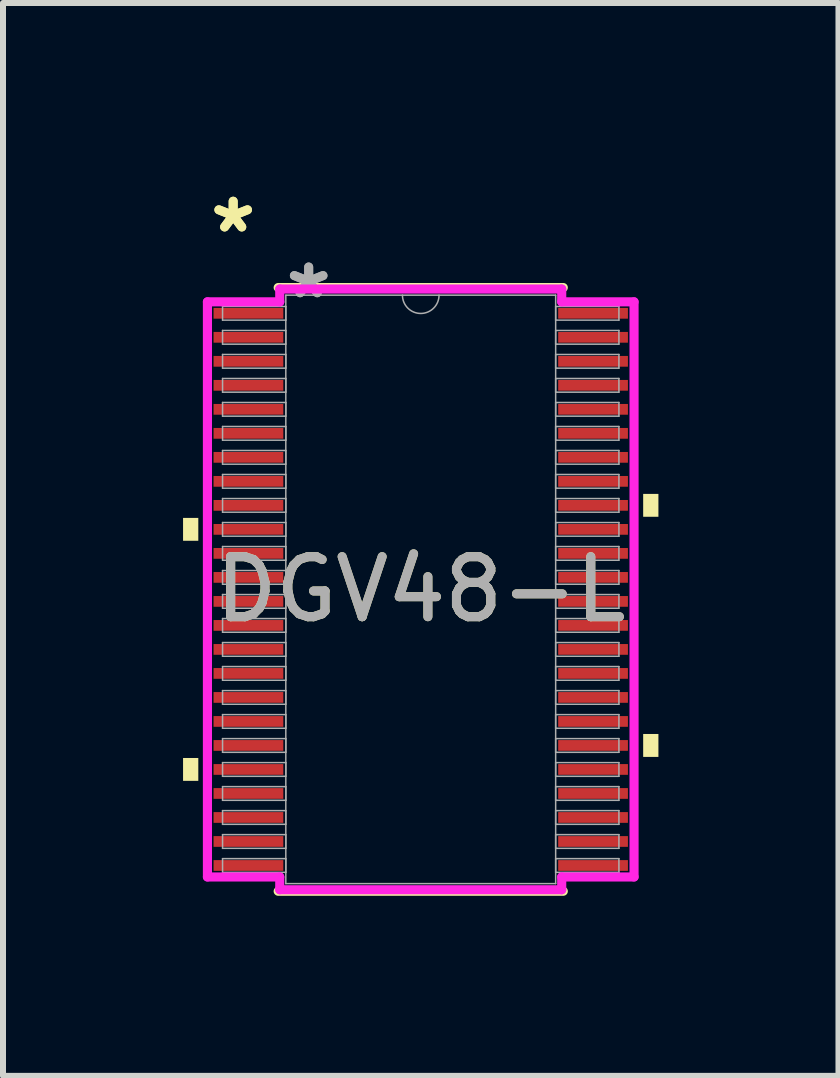
<source format=kicad_pcb>
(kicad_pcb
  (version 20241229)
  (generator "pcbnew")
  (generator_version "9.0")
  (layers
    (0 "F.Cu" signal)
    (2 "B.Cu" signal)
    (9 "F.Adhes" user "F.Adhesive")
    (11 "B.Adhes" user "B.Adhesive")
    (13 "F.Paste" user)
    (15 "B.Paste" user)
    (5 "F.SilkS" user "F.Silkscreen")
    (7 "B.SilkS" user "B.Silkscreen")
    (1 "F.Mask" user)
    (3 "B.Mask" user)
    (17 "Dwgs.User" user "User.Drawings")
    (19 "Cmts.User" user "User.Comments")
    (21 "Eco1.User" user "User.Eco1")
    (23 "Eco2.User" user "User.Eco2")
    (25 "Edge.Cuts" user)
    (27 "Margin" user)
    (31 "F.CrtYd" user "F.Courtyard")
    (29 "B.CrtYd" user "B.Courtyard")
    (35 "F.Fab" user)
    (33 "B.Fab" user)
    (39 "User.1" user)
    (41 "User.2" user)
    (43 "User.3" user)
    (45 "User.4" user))
  (footprint "DGV48-L"
    (layer "F.Cu")
    (at 3.96 6.77)
    (property "Reference" "DGV48-L" (at 0 0 0) (unlocked yes) (layer "F.SilkS") (effects (font (size 1 1) (thickness 0.15))))
    (attr smd)
    (fp_line (start -2.375 5.029) (end 2.375 5.029) (stroke (width 0.152) (type solid)) (layer "F.SilkS"))
    (fp_line (start 2.375 -5.029) (end -2.375 -5.029) (stroke (width 0.152) (type solid)) (layer "F.SilkS"))
    (fp_poly (pts (xy -3.96 -1.191) (xy -3.96 -0.81) (xy -3.706 -0.81) (xy -3.706 -1.191)) (stroke (width 0) (type solid)) (fill yes) (layer "F.SilkS"))
    (fp_poly (pts (xy -3.96 2.809) (xy -3.96 3.19) (xy -3.706 3.19) (xy -3.706 2.809)) (stroke (width 0) (type solid)) (fill yes) (layer "F.SilkS"))
    (fp_poly (pts (xy 3.96 -1.591) (xy 3.96 -1.21) (xy 3.706 -1.21) (xy 3.706 -1.591)) (stroke (width 0) (type solid)) (fill yes) (layer "F.SilkS"))
    (fp_poly (pts (xy 3.96 2.409) (xy 3.96 2.791) (xy 3.706 2.791) (xy 3.706 2.409)) (stroke (width 0) (type solid)) (fill yes) (layer "F.SilkS"))
    (fp_line (start -3.554 -4.791) (end -2.349 -4.791) (stroke (width 0.152) (type solid)) (layer "F.CrtYd"))
    (fp_line (start -3.554 4.791) (end -3.554 -4.791) (stroke (width 0.152) (type solid)) (layer "F.CrtYd"))
    (fp_line (start -3.554 4.791) (end -2.349 4.791) (stroke (width 0.152) (type solid)) (layer "F.CrtYd"))
    (fp_line (start -2.349 -5.004) (end 2.349 -5.004) (stroke (width 0.152) (type solid)) (layer "F.CrtYd"))
    (fp_line (start -2.349 -4.791) (end -2.349 -5.004) (stroke (width 0.152) (type solid)) (layer "F.CrtYd"))
    (fp_line (start -2.349 5.004) (end -2.349 4.791) (stroke (width 0.152) (type solid)) (layer "F.CrtYd"))
    (fp_line (start 2.349 -5.004) (end 2.349 -4.791) (stroke (width 0.152) (type solid)) (layer "F.CrtYd"))
    (fp_line (start 2.349 4.791) (end 2.349 5.004) (stroke (width 0.152) (type solid)) (layer "F.CrtYd"))
    (fp_line (start 2.349 5.004) (end -2.349 5.004) (stroke (width 0.152) (type solid)) (layer "F.CrtYd"))
    (fp_line (start 3.554 -4.791) (end 2.349 -4.791) (stroke (width 0.152) (type solid)) (layer "F.CrtYd"))
    (fp_line (start 3.554 -4.791) (end 3.554 4.791) (stroke (width 0.152) (type solid)) (layer "F.CrtYd"))
    (fp_line (start 3.554 4.791) (end 2.349 4.791) (stroke (width 0.152) (type solid)) (layer "F.CrtYd"))
    (fp_line (start -3.302 -4.714) (end -3.302 -4.486) (stroke (width 0.025) (type solid)) (layer "F.Fab"))
    (fp_line (start -3.302 -4.486) (end -2.248 -4.486) (stroke (width 0.025) (type solid)) (layer "F.Fab"))
    (fp_line (start -3.302 -4.314) (end -3.302 -4.086) (stroke (width 0.025) (type solid)) (layer "F.Fab"))
    (fp_line (start -3.302 -4.086) (end -2.248 -4.086) (stroke (width 0.025) (type solid)) (layer "F.Fab"))
    (fp_line (start -3.302 -3.914) (end -3.302 -3.686) (stroke (width 0.025) (type solid)) (layer "F.Fab"))
    (fp_line (start -3.302 -3.686) (end -2.248 -3.686) (stroke (width 0.025) (type solid)) (layer "F.Fab"))
    (fp_line (start -3.302 -3.514) (end -3.302 -3.286) (stroke (width 0.025) (type solid)) (layer "F.Fab"))
    (fp_line (start -3.302 -3.286) (end -2.248 -3.286) (stroke (width 0.025) (type solid)) (layer "F.Fab"))
    (fp_line (start -3.302 -3.114) (end -3.302 -2.886) (stroke (width 0.025) (type solid)) (layer "F.Fab"))
    (fp_line (start -3.302 -2.886) (end -2.248 -2.886) (stroke (width 0.025) (type solid)) (layer "F.Fab"))
    (fp_line (start -3.302 -2.714) (end -3.302 -2.486) (stroke (width 0.025) (type solid)) (layer "F.Fab"))
    (fp_line (start -3.302 -2.486) (end -2.248 -2.486) (stroke (width 0.025) (type solid)) (layer "F.Fab"))
    (fp_line (start -3.302 -2.314) (end -3.302 -2.086) (stroke (width 0.025) (type solid)) (layer "F.Fab"))
    (fp_line (start -3.302 -2.086) (end -2.248 -2.086) (stroke (width 0.025) (type solid)) (layer "F.Fab"))
    (fp_line (start -3.302 -1.914) (end -3.302 -1.686) (stroke (width 0.025) (type solid)) (layer "F.Fab"))
    (fp_line (start -3.302 -1.686) (end -2.248 -1.686) (stroke (width 0.025) (type solid)) (layer "F.Fab"))
    (fp_line (start -3.302 -1.514) (end -3.302 -1.286) (stroke (width 0.025) (type solid)) (layer "F.Fab"))
    (fp_line (start -3.302 -1.286) (end -2.248 -1.286) (stroke (width 0.025) (type solid)) (layer "F.Fab"))
    (fp_line (start -3.302 -1.114) (end -3.302 -0.886) (stroke (width 0.025) (type solid)) (layer "F.Fab"))
    (fp_line (start -3.302 -0.886) (end -2.248 -0.886) (stroke (width 0.025) (type solid)) (layer "F.Fab"))
    (fp_line (start -3.302 -0.714) (end -3.302 -0.486) (stroke (width 0.025) (type solid)) (layer "F.Fab"))
    (fp_line (start -3.302 -0.486) (end -2.248 -0.486) (stroke (width 0.025) (type solid)) (layer "F.Fab"))
    (fp_line (start -3.302 -0.314) (end -3.302 -0.086) (stroke (width 0.025) (type solid)) (layer "F.Fab"))
    (fp_line (start -3.302 -0.086) (end -2.248 -0.086) (stroke (width 0.025) (type solid)) (layer "F.Fab"))
    (fp_line (start -3.302 0.086) (end -3.302 0.314) (stroke (width 0.025) (type solid)) (layer "F.Fab"))
    (fp_line (start -3.302 0.314) (end -2.248 0.314) (stroke (width 0.025) (type solid)) (layer "F.Fab"))
    (fp_line (start -3.302 0.486) (end -3.302 0.714) (stroke (width 0.025) (type solid)) (layer "F.Fab"))
    (fp_line (start -3.302 0.714) (end -2.248 0.714) (stroke (width 0.025) (type solid)) (layer "F.Fab"))
    (fp_line (start -3.302 0.886) (end -3.302 1.114) (stroke (width 0.025) (type solid)) (layer "F.Fab"))
    (fp_line (start -3.302 1.114) (end -2.248 1.114) (stroke (width 0.025) (type solid)) (layer "F.Fab"))
    (fp_line (start -3.302 1.286) (end -3.302 1.514) (stroke (width 0.025) (type solid)) (layer "F.Fab"))
    (fp_line (start -3.302 1.514) (end -2.248 1.514) (stroke (width 0.025) (type solid)) (layer "F.Fab"))
    (fp_line (start -3.302 1.686) (end -3.302 1.914) (stroke (width 0.025) (type solid)) (layer "F.Fab"))
    (fp_line (start -3.302 1.914) (end -2.248 1.914) (stroke (width 0.025) (type solid)) (layer "F.Fab"))
    (fp_line (start -3.302 2.086) (end -3.302 2.314) (stroke (width 0.025) (type solid)) (layer "F.Fab"))
    (fp_line (start -3.302 2.314) (end -2.248 2.314) (stroke (width 0.025) (type solid)) (layer "F.Fab"))
    (fp_line (start -3.302 2.486) (end -3.302 2.714) (stroke (width 0.025) (type solid)) (layer "F.Fab"))
    (fp_line (start -3.302 2.714) (end -2.248 2.714) (stroke (width 0.025) (type solid)) (layer "F.Fab"))
    (fp_line (start -3.302 2.886) (end -3.302 3.114) (stroke (width 0.025) (type solid)) (layer "F.Fab"))
    (fp_line (start -3.302 3.114) (end -2.248 3.114) (stroke (width 0.025) (type solid)) (layer "F.Fab"))
    (fp_line (start -3.302 3.286) (end -3.302 3.514) (stroke (width 0.025) (type solid)) (layer "F.Fab"))
    (fp_line (start -3.302 3.514) (end -2.248 3.514) (stroke (width 0.025) (type solid)) (layer "F.Fab"))
    (fp_line (start -3.302 3.686) (end -3.302 3.914) (stroke (width 0.025) (type solid)) (layer "F.Fab"))
    (fp_line (start -3.302 3.914) (end -2.248 3.914) (stroke (width 0.025) (type solid)) (layer "F.Fab"))
    (fp_line (start -3.302 4.086) (end -3.302 4.314) (stroke (width 0.025) (type solid)) (layer "F.Fab"))
    (fp_line (start -3.302 4.314) (end -2.248 4.314) (stroke (width 0.025) (type solid)) (layer "F.Fab"))
    (fp_line (start -3.302 4.486) (end -3.302 4.714) (stroke (width 0.025) (type solid)) (layer "F.Fab"))
    (fp_line (start -3.302 4.714) (end -2.248 4.714) (stroke (width 0.025) (type solid)) (layer "F.Fab"))
    (fp_line (start -2.248 -4.902) (end -2.248 4.902) (stroke (width 0.025) (type solid)) (layer "F.Fab"))
    (fp_line (start -2.248 -4.714) (end -3.302 -4.714) (stroke (width 0.025) (type solid)) (layer "F.Fab"))
    (fp_line (start -2.248 -4.486) (end -2.248 -4.714) (stroke (width 0.025) (type solid)) (layer "F.Fab"))
    (fp_line (start -2.248 -4.314) (end -3.302 -4.314) (stroke (width 0.025) (type solid)) (layer "F.Fab"))
    (fp_line (start -2.248 -4.086) (end -2.248 -4.314) (stroke (width 0.025) (type solid)) (layer "F.Fab"))
    (fp_line (start -2.248 -3.914) (end -3.302 -3.914) (stroke (width 0.025) (type solid)) (layer "F.Fab"))
    (fp_line (start -2.248 -3.686) (end -2.248 -3.914) (stroke (width 0.025) (type solid)) (layer "F.Fab"))
    (fp_line (start -2.248 -3.514) (end -3.302 -3.514) (stroke (width 0.025) (type solid)) (layer "F.Fab"))
    (fp_line (start -2.248 -3.286) (end -2.248 -3.514) (stroke (width 0.025) (type solid)) (layer "F.Fab"))
    (fp_line (start -2.248 -3.114) (end -3.302 -3.114) (stroke (width 0.025) (type solid)) (layer "F.Fab"))
    (fp_line (start -2.248 -2.886) (end -2.248 -3.114) (stroke (width 0.025) (type solid)) (layer "F.Fab"))
    (fp_line (start -2.248 -2.714) (end -3.302 -2.714) (stroke (width 0.025) (type solid)) (layer "F.Fab"))
    (fp_line (start -2.248 -2.486) (end -2.248 -2.714) (stroke (width 0.025) (type solid)) (layer "F.Fab"))
    (fp_line (start -2.248 -2.314) (end -3.302 -2.314) (stroke (width 0.025) (type solid)) (layer "F.Fab"))
    (fp_line (start -2.248 -2.086) (end -2.248 -2.314) (stroke (width 0.025) (type solid)) (layer "F.Fab"))
    (fp_line (start -2.248 -1.914) (end -3.302 -1.914) (stroke (width 0.025) (type solid)) (layer "F.Fab"))
    (fp_line (start -2.248 -1.686) (end -2.248 -1.914) (stroke (width 0.025) (type solid)) (layer "F.Fab"))
    (fp_line (start -2.248 -1.514) (end -3.302 -1.514) (stroke (width 0.025) (type solid)) (layer "F.Fab"))
    (fp_line (start -2.248 -1.286) (end -2.248 -1.514) (stroke (width 0.025) (type solid)) (layer "F.Fab"))
    (fp_line (start -2.248 -1.114) (end -3.302 -1.114) (stroke (width 0.025) (type solid)) (layer "F.Fab"))
    (fp_line (start -2.248 -0.886) (end -2.248 -1.114) (stroke (width 0.025) (type solid)) (layer "F.Fab"))
    (fp_line (start -2.248 -0.714) (end -3.302 -0.714) (stroke (width 0.025) (type solid)) (layer "F.Fab"))
    (fp_line (start -2.248 -0.486) (end -2.248 -0.714) (stroke (width 0.025) (type solid)) (layer "F.Fab"))
    (fp_line (start -2.248 -0.314) (end -3.302 -0.314) (stroke (width 0.025) (type solid)) (layer "F.Fab"))
    (fp_line (start -2.248 -0.086) (end -2.248 -0.314) (stroke (width 0.025) (type solid)) (layer "F.Fab"))
    (fp_line (start -2.248 0.086) (end -3.302 0.086) (stroke (width 0.025) (type solid)) (layer "F.Fab"))
    (fp_line (start -2.248 0.314) (end -2.248 0.086) (stroke (width 0.025) (type solid)) (layer "F.Fab"))
    (fp_line (start -2.248 0.486) (end -3.302 0.486) (stroke (width 0.025) (type solid)) (layer "F.Fab"))
    (fp_line (start -2.248 0.714) (end -2.248 0.486) (stroke (width 0.025) (type solid)) (layer "F.Fab"))
    (fp_line (start -2.248 0.886) (end -3.302 0.886) (stroke (width 0.025) (type solid)) (layer "F.Fab"))
    (fp_line (start -2.248 1.114) (end -2.248 0.886) (stroke (width 0.025) (type solid)) (layer "F.Fab"))
    (fp_line (start -2.248 1.286) (end -3.302 1.286) (stroke (width 0.025) (type solid)) (layer "F.Fab"))
    (fp_line (start -2.248 1.514) (end -2.248 1.286) (stroke (width 0.025) (type solid)) (layer "F.Fab"))
    (fp_line (start -2.248 1.686) (end -3.302 1.686) (stroke (width 0.025) (type solid)) (layer "F.Fab"))
    (fp_line (start -2.248 1.914) (end -2.248 1.686) (stroke (width 0.025) (type solid)) (layer "F.Fab"))
    (fp_line (start -2.248 2.086) (end -3.302 2.086) (stroke (width 0.025) (type solid)) (layer "F.Fab"))
    (fp_line (start -2.248 2.314) (end -2.248 2.086) (stroke (width 0.025) (type solid)) (layer "F.Fab"))
    (fp_line (start -2.248 2.486) (end -3.302 2.486) (stroke (width 0.025) (type solid)) (layer "F.Fab"))
    (fp_line (start -2.248 2.714) (end -2.248 2.486) (stroke (width 0.025) (type solid)) (layer "F.Fab"))
    (fp_line (start -2.248 2.886) (end -3.302 2.886) (stroke (width 0.025) (type solid)) (layer "F.Fab"))
    (fp_line (start -2.248 3.114) (end -2.248 2.886) (stroke (width 0.025) (type solid)) (layer "F.Fab"))
    (fp_line (start -2.248 3.286) (end -3.302 3.286) (stroke (width 0.025) (type solid)) (layer "F.Fab"))
    (fp_line (start -2.248 3.514) (end -2.248 3.286) (stroke (width 0.025) (type solid)) (layer "F.Fab"))
    (fp_line (start -2.248 3.686) (end -3.302 3.686) (stroke (width 0.025) (type solid)) (layer "F.Fab"))
    (fp_line (start -2.248 3.914) (end -2.248 3.686) (stroke (width 0.025) (type solid)) (layer "F.Fab"))
    (fp_line (start -2.248 4.086) (end -3.302 4.086) (stroke (width 0.025) (type solid)) (layer "F.Fab"))
    (fp_line (start -2.248 4.314) (end -2.248 4.086) (stroke (width 0.025) (type solid)) (layer "F.Fab"))
    (fp_line (start -2.248 4.486) (end -3.302 4.486) (stroke (width 0.025) (type solid)) (layer "F.Fab"))
    (fp_line (start -2.248 4.714) (end -2.248 4.486) (stroke (width 0.025) (type solid)) (layer "F.Fab"))
    (fp_line (start -2.248 4.902) (end 2.248 4.902) (stroke (width 0.025) (type solid)) (layer "F.Fab"))
    (fp_line (start 2.248 -4.902) (end -2.248 -4.902) (stroke (width 0.025) (type solid)) (layer "F.Fab"))
    (fp_line (start 2.248 -4.714) (end 2.248 -4.486) (stroke (width 0.025) (type solid)) (layer "F.Fab"))
    (fp_line (start 2.248 -4.486) (end 3.302 -4.486) (stroke (width 0.025) (type solid)) (layer "F.Fab"))
    (fp_line (start 2.248 -4.314) (end 2.248 -4.086) (stroke (width 0.025) (type solid)) (layer "F.Fab"))
    (fp_line (start 2.248 -4.086) (end 3.302 -4.086) (stroke (width 0.025) (type solid)) (layer "F.Fab"))
    (fp_line (start 2.248 -3.914) (end 2.248 -3.686) (stroke (width 0.025) (type solid)) (layer "F.Fab"))
    (fp_line (start 2.248 -3.686) (end 3.302 -3.686) (stroke (width 0.025) (type solid)) (layer "F.Fab"))
    (fp_line (start 2.248 -3.514) (end 2.248 -3.286) (stroke (width 0.025) (type solid)) (layer "F.Fab"))
    (fp_line (start 2.248 -3.286) (end 3.302 -3.286) (stroke (width 0.025) (type solid)) (layer "F.Fab"))
    (fp_line (start 2.248 -3.114) (end 2.248 -2.886) (stroke (width 0.025) (type solid)) (layer "F.Fab"))
    (fp_line (start 2.248 -2.886) (end 3.302 -2.886) (stroke (width 0.025) (type solid)) (layer "F.Fab"))
    (fp_line (start 2.248 -2.714) (end 2.248 -2.486) (stroke (width 0.025) (type solid)) (layer "F.Fab"))
    (fp_line (start 2.248 -2.486) (end 3.302 -2.486) (stroke (width 0.025) (type solid)) (layer "F.Fab"))
    (fp_line (start 2.248 -2.314) (end 2.248 -2.086) (stroke (width 0.025) (type solid)) (layer "F.Fab"))
    (fp_line (start 2.248 -2.086) (end 3.302 -2.086) (stroke (width 0.025) (type solid)) (layer "F.Fab"))
    (fp_line (start 2.248 -1.914) (end 2.248 -1.686) (stroke (width 0.025) (type solid)) (layer "F.Fab"))
    (fp_line (start 2.248 -1.686) (end 3.302 -1.686) (stroke (width 0.025) (type solid)) (layer "F.Fab"))
    (fp_line (start 2.248 -1.514) (end 2.248 -1.286) (stroke (width 0.025) (type solid)) (layer "F.Fab"))
    (fp_line (start 2.248 -1.286) (end 3.302 -1.286) (stroke (width 0.025) (type solid)) (layer "F.Fab"))
    (fp_line (start 2.248 -1.114) (end 2.248 -0.886) (stroke (width 0.025) (type solid)) (layer "F.Fab"))
    (fp_line (start 2.248 -0.886) (end 3.302 -0.886) (stroke (width 0.025) (type solid)) (layer "F.Fab"))
    (fp_line (start 2.248 -0.714) (end 2.248 -0.486) (stroke (width 0.025) (type solid)) (layer "F.Fab"))
    (fp_line (start 2.248 -0.486) (end 3.302 -0.486) (stroke (width 0.025) (type solid)) (layer "F.Fab"))
    (fp_line (start 2.248 -0.314) (end 2.248 -0.086) (stroke (width 0.025) (type solid)) (layer "F.Fab"))
    (fp_line (start 2.248 -0.086) (end 3.302 -0.086) (stroke (width 0.025) (type solid)) (layer "F.Fab"))
    (fp_line (start 2.248 0.086) (end 2.248 0.314) (stroke (width 0.025) (type solid)) (layer "F.Fab"))
    (fp_line (start 2.248 0.314) (end 3.302 0.314) (stroke (width 0.025) (type solid)) (layer "F.Fab"))
    (fp_line (start 2.248 0.486) (end 2.248 0.714) (stroke (width 0.025) (type solid)) (layer "F.Fab"))
    (fp_line (start 2.248 0.714) (end 3.302 0.714) (stroke (width 0.025) (type solid)) (layer "F.Fab"))
    (fp_line (start 2.248 0.886) (end 2.248 1.114) (stroke (width 0.025) (type solid)) (layer "F.Fab"))
    (fp_line (start 2.248 1.114) (end 3.302 1.114) (stroke (width 0.025) (type solid)) (layer "F.Fab"))
    (fp_line (start 2.248 1.286) (end 2.248 1.514) (stroke (width 0.025) (type solid)) (layer "F.Fab"))
    (fp_line (start 2.248 1.514) (end 3.302 1.514) (stroke (width 0.025) (type solid)) (layer "F.Fab"))
    (fp_line (start 2.248 1.686) (end 2.248 1.914) (stroke (width 0.025) (type solid)) (layer "F.Fab"))
    (fp_line (start 2.248 1.914) (end 3.302 1.914) (stroke (width 0.025) (type solid)) (layer "F.Fab"))
    (fp_line (start 2.248 2.086) (end 2.248 2.314) (stroke (width 0.025) (type solid)) (layer "F.Fab"))
    (fp_line (start 2.248 2.314) (end 3.302 2.314) (stroke (width 0.025) (type solid)) (layer "F.Fab"))
    (fp_line (start 2.248 2.486) (end 2.248 2.714) (stroke (width 0.025) (type solid)) (layer "F.Fab"))
    (fp_line (start 2.248 2.714) (end 3.302 2.714) (stroke (width 0.025) (type solid)) (layer "F.Fab"))
    (fp_line (start 2.248 2.886) (end 2.248 3.114) (stroke (width 0.025) (type solid)) (layer "F.Fab"))
    (fp_line (start 2.248 3.114) (end 3.302 3.114) (stroke (width 0.025) (type solid)) (layer "F.Fab"))
    (fp_line (start 2.248 3.286) (end 2.248 3.514) (stroke (width 0.025) (type solid)) (layer "F.Fab"))
    (fp_line (start 2.248 3.514) (end 3.302 3.514) (stroke (width 0.025) (type solid)) (layer "F.Fab"))
    (fp_line (start 2.248 3.686) (end 2.248 3.914) (stroke (width 0.025) (type solid)) (layer "F.Fab"))
    (fp_line (start 2.248 3.914) (end 3.302 3.914) (stroke (width 0.025) (type solid)) (layer "F.Fab"))
    (fp_line (start 2.248 4.086) (end 2.248 4.314) (stroke (width 0.025) (type solid)) (layer "F.Fab"))
    (fp_line (start 2.248 4.314) (end 3.302 4.314) (stroke (width 0.025) (type solid)) (layer "F.Fab"))
    (fp_line (start 2.248 4.486) (end 2.248 4.714) (stroke (width 0.025) (type solid)) (layer "F.Fab"))
    (fp_line (start 2.248 4.714) (end 3.302 4.714) (stroke (width 0.025) (type solid)) (layer "F.Fab"))
    (fp_line (start 2.248 4.902) (end 2.248 -4.902) (stroke (width 0.025) (type solid)) (layer "F.Fab"))
    (fp_line (start 3.302 -4.714) (end 2.248 -4.714) (stroke (width 0.025) (type solid)) (layer "F.Fab"))
    (fp_line (start 3.302 -4.486) (end 3.302 -4.714) (stroke (width 0.025) (type solid)) (layer "F.Fab"))
    (fp_line (start 3.302 -4.314) (end 2.248 -4.314) (stroke (width 0.025) (type solid)) (layer "F.Fab"))
    (fp_line (start 3.302 -4.086) (end 3.302 -4.314) (stroke (width 0.025) (type solid)) (layer "F.Fab"))
    (fp_line (start 3.302 -3.914) (end 2.248 -3.914) (stroke (width 0.025) (type solid)) (layer "F.Fab"))
    (fp_line (start 3.302 -3.686) (end 3.302 -3.914) (stroke (width 0.025) (type solid)) (layer "F.Fab"))
    (fp_line (start 3.302 -3.514) (end 2.248 -3.514) (stroke (width 0.025) (type solid)) (layer "F.Fab"))
    (fp_line (start 3.302 -3.286) (end 3.302 -3.514) (stroke (width 0.025) (type solid)) (layer "F.Fab"))
    (fp_line (start 3.302 -3.114) (end 2.248 -3.114) (stroke (width 0.025) (type solid)) (layer "F.Fab"))
    (fp_line (start 3.302 -2.886) (end 3.302 -3.114) (stroke (width 0.025) (type solid)) (layer "F.Fab"))
    (fp_line (start 3.302 -2.714) (end 2.248 -2.714) (stroke (width 0.025) (type solid)) (layer "F.Fab"))
    (fp_line (start 3.302 -2.486) (end 3.302 -2.714) (stroke (width 0.025) (type solid)) (layer "F.Fab"))
    (fp_line (start 3.302 -2.314) (end 2.248 -2.314) (stroke (width 0.025) (type solid)) (layer "F.Fab"))
    (fp_line (start 3.302 -2.086) (end 3.302 -2.314) (stroke (width 0.025) (type solid)) (layer "F.Fab"))
    (fp_line (start 3.302 -1.914) (end 2.248 -1.914) (stroke (width 0.025) (type solid)) (layer "F.Fab"))
    (fp_line (start 3.302 -1.686) (end 3.302 -1.914) (stroke (width 0.025) (type solid)) (layer "F.Fab"))
    (fp_line (start 3.302 -1.514) (end 2.248 -1.514) (stroke (width 0.025) (type solid)) (layer "F.Fab"))
    (fp_line (start 3.302 -1.286) (end 3.302 -1.514) (stroke (width 0.025) (type solid)) (layer "F.Fab"))
    (fp_line (start 3.302 -1.114) (end 2.248 -1.114) (stroke (width 0.025) (type solid)) (layer "F.Fab"))
    (fp_line (start 3.302 -0.886) (end 3.302 -1.114) (stroke (width 0.025) (type solid)) (layer "F.Fab"))
    (fp_line (start 3.302 -0.714) (end 2.248 -0.714) (stroke (width 0.025) (type solid)) (layer "F.Fab"))
    (fp_line (start 3.302 -0.486) (end 3.302 -0.714) (stroke (width 0.025) (type solid)) (layer "F.Fab"))
    (fp_line (start 3.302 -0.314) (end 2.248 -0.314) (stroke (width 0.025) (type solid)) (layer "F.Fab"))
    (fp_line (start 3.302 -0.086) (end 3.302 -0.314) (stroke (width 0.025) (type solid)) (layer "F.Fab"))
    (fp_line (start 3.302 0.086) (end 2.248 0.086) (stroke (width 0.025) (type solid)) (layer "F.Fab"))
    (fp_line (start 3.302 0.314) (end 3.302 0.086) (stroke (width 0.025) (type solid)) (layer "F.Fab"))
    (fp_line (start 3.302 0.486) (end 2.248 0.486) (stroke (width 0.025) (type solid)) (layer "F.Fab"))
    (fp_line (start 3.302 0.714) (end 3.302 0.486) (stroke (width 0.025) (type solid)) (layer "F.Fab"))
    (fp_line (start 3.302 0.886) (end 2.248 0.886) (stroke (width 0.025) (type solid)) (layer "F.Fab"))
    (fp_line (start 3.302 1.114) (end 3.302 0.886) (stroke (width 0.025) (type solid)) (layer "F.Fab"))
    (fp_line (start 3.302 1.286) (end 2.248 1.286) (stroke (width 0.025) (type solid)) (layer "F.Fab"))
    (fp_line (start 3.302 1.514) (end 3.302 1.286) (stroke (width 0.025) (type solid)) (layer "F.Fab"))
    (fp_line (start 3.302 1.686) (end 2.248 1.686) (stroke (width 0.025) (type solid)) (layer "F.Fab"))
    (fp_line (start 3.302 1.914) (end 3.302 1.686) (stroke (width 0.025) (type solid)) (layer "F.Fab"))
    (fp_line (start 3.302 2.086) (end 2.248 2.086) (stroke (width 0.025) (type solid)) (layer "F.Fab"))
    (fp_line (start 3.302 2.314) (end 3.302 2.086) (stroke (width 0.025) (type solid)) (layer "F.Fab"))
    (fp_line (start 3.302 2.486) (end 2.248 2.486) (stroke (width 0.025) (type solid)) (layer "F.Fab"))
    (fp_line (start 3.302 2.714) (end 3.302 2.486) (stroke (width 0.025) (type solid)) (layer "F.Fab"))
    (fp_line (start 3.302 2.886) (end 2.248 2.886) (stroke (width 0.025) (type solid)) (layer "F.Fab"))
    (fp_line (start 3.302 3.114) (end 3.302 2.886) (stroke (width 0.025) (type solid)) (layer "F.Fab"))
    (fp_line (start 3.302 3.286) (end 2.248 3.286) (stroke (width 0.025) (type solid)) (layer "F.Fab"))
    (fp_line (start 3.302 3.514) (end 3.302 3.286) (stroke (width 0.025) (type solid)) (layer "F.Fab"))
    (fp_line (start 3.302 3.686) (end 2.248 3.686) (stroke (width 0.025) (type solid)) (layer "F.Fab"))
    (fp_line (start 3.302 3.914) (end 3.302 3.686) (stroke (width 0.025) (type solid)) (layer "F.Fab"))
    (fp_line (start 3.302 4.086) (end 2.248 4.086) (stroke (width 0.025) (type solid)) (layer "F.Fab"))
    (fp_line (start 3.302 4.314) (end 3.302 4.086) (stroke (width 0.025) (type solid)) (layer "F.Fab"))
    (fp_line (start 3.302 4.486) (end 2.248 4.486) (stroke (width 0.025) (type solid)) (layer "F.Fab"))
    (fp_line (start 3.302 4.714) (end 3.302 4.486) (stroke (width 0.025) (type solid)) (layer "F.Fab"))
    (fp_arc (start 0.3048 -4.9022) (mid 0 -4.5974) (end -0.3048 -4.9022) (stroke (width 0.0254) (type solid)) (layer "F.Fab"))
    (fp_text user "*" (at -3.125 -5.922 0) (layer "F.SilkS") (effects (font (size 1 1) (thickness 0.15))))
    (fp_text user "*" (at -3.125 -5.922 0) (unlocked yes) (layer "F.SilkS") (effects (font (size 1 1) (thickness 0.15))))
    (fp_text user "${REFERENCE}" (at 0 0 0) (unlocked yes) (layer "F.Fab") (effects (font (size 1 1) (thickness 0.15))))
    (fp_text user "*" (at -1.867 -4.826 0) (layer "F.Fab") (effects (font (size 1 1) (thickness 0.15))))
    (fp_text user "*" (at -1.867 -4.826 0) (unlocked yes) (layer "F.Fab") (effects (font (size 1 1) (thickness 0.15))))
    (pad "1" smd rect (at -2.871 -4.6) (size 1.162 0.179) (layers "F.Cu" "F.Mask" "F.Paste"))
    (pad "2" smd rect (at -2.871 -4.2) (size 1.162 0.179) (layers "F.Cu" "F.Mask" "F.Paste"))
    (pad "3" smd rect (at -2.871 -3.8) (size 1.162 0.179) (layers "F.Cu" "F.Mask" "F.Paste"))
    (pad "4" smd rect (at -2.871 -3.4) (size 1.162 0.179) (layers "F.Cu" "F.Mask" "F.Paste"))
    (pad "5" smd rect (at -2.871 -3) (size 1.162 0.179) (layers "F.Cu" "F.Mask" "F.Paste"))
    (pad "6" smd rect (at -2.871 -2.6) (size 1.162 0.179) (layers "F.Cu" "F.Mask" "F.Paste"))
    (pad "7" smd rect (at -2.871 -2.2) (size 1.162 0.179) (layers "F.Cu" "F.Mask" "F.Paste"))
    (pad "8" smd rect (at -2.871 -1.8) (size 1.162 0.179) (layers "F.Cu" "F.Mask" "F.Paste"))
    (pad "9" smd rect (at -2.871 -1.4) (size 1.162 0.179) (layers "F.Cu" "F.Mask" "F.Paste"))
    (pad "10" smd rect (at -2.871 -1) (size 1.162 0.179) (layers "F.Cu" "F.Mask" "F.Paste"))
    (pad "11" smd rect (at -2.871 -0.6) (size 1.162 0.179) (layers "F.Cu" "F.Mask" "F.Paste"))
    (pad "12" smd rect (at -2.871 -0.2) (size 1.162 0.179) (layers "F.Cu" "F.Mask" "F.Paste"))
    (pad "13" smd rect (at -2.871 0.2) (size 1.162 0.179) (layers "F.Cu" "F.Mask" "F.Paste"))
    (pad "14" smd rect (at -2.871 0.6) (size 1.162 0.179) (layers "F.Cu" "F.Mask" "F.Paste"))
    (pad "15" smd rect (at -2.871 1) (size 1.162 0.179) (layers "F.Cu" "F.Mask" "F.Paste"))
    (pad "16" smd rect (at -2.871 1.4) (size 1.162 0.179) (layers "F.Cu" "F.Mask" "F.Paste"))
    (pad "17" smd rect (at -2.871 1.8) (size 1.162 0.179) (layers "F.Cu" "F.Mask" "F.Paste"))
    (pad "18" smd rect (at -2.871 2.2) (size 1.162 0.179) (layers "F.Cu" "F.Mask" "F.Paste"))
    (pad "19" smd rect (at -2.871 2.6) (size 1.162 0.179) (layers "F.Cu" "F.Mask" "F.Paste"))
    (pad "20" smd rect (at -2.871 3) (size 1.162 0.179) (layers "F.Cu" "F.Mask" "F.Paste"))
    (pad "21" smd rect (at -2.871 3.4) (size 1.162 0.179) (layers "F.Cu" "F.Mask" "F.Paste"))
    (pad "22" smd rect (at -2.871 3.8) (size 1.162 0.179) (layers "F.Cu" "F.Mask" "F.Paste"))
    (pad "23" smd rect (at -2.871 4.2) (size 1.162 0.179) (layers "F.Cu" "F.Mask" "F.Paste"))
    (pad "24" smd rect (at -2.871 4.6) (size 1.162 0.179) (layers "F.Cu" "F.Mask" "F.Paste"))
    (pad "25" smd rect (at 2.871 4.6) (size 1.162 0.179) (layers "F.Cu" "F.Mask" "F.Paste"))
    (pad "26" smd rect (at 2.871 4.2) (size 1.162 0.179) (layers "F.Cu" "F.Mask" "F.Paste"))
    (pad "27" smd rect (at 2.871 3.8) (size 1.162 0.179) (layers "F.Cu" "F.Mask" "F.Paste"))
    (pad "28" smd rect (at 2.871 3.4) (size 1.162 0.179) (layers "F.Cu" "F.Mask" "F.Paste"))
    (pad "29" smd rect (at 2.871 3) (size 1.162 0.179) (layers "F.Cu" "F.Mask" "F.Paste"))
    (pad "30" smd rect (at 2.871 2.6) (size 1.162 0.179) (layers "F.Cu" "F.Mask" "F.Paste"))
    (pad "31" smd rect (at 2.871 2.2) (size 1.162 0.179) (layers "F.Cu" "F.Mask" "F.Paste"))
    (pad "32" smd rect (at 2.871 1.8) (size 1.162 0.179) (layers "F.Cu" "F.Mask" "F.Paste"))
    (pad "33" smd rect (at 2.871 1.4) (size 1.162 0.179) (layers "F.Cu" "F.Mask" "F.Paste"))
    (pad "34" smd rect (at 2.871 1) (size 1.162 0.179) (layers "F.Cu" "F.Mask" "F.Paste"))
    (pad "35" smd rect (at 2.871 0.6) (size 1.162 0.179) (layers "F.Cu" "F.Mask" "F.Paste"))
    (pad "36" smd rect (at 2.871 0.2) (size 1.162 0.179) (layers "F.Cu" "F.Mask" "F.Paste"))
    (pad "37" smd rect (at 2.871 -0.2) (size 1.162 0.179) (layers "F.Cu" "F.Mask" "F.Paste"))
    (pad "38" smd rect (at 2.871 -0.6) (size 1.162 0.179) (layers "F.Cu" "F.Mask" "F.Paste"))
    (pad "39" smd rect (at 2.871 -1) (size 1.162 0.179) (layers "F.Cu" "F.Mask" "F.Paste"))
    (pad "40" smd rect (at 2.871 -1.4) (size 1.162 0.179) (layers "F.Cu" "F.Mask" "F.Paste"))
    (pad "41" smd rect (at 2.871 -1.8) (size 1.162 0.179) (layers "F.Cu" "F.Mask" "F.Paste"))
    (pad "42" smd rect (at 2.871 -2.2) (size 1.162 0.179) (layers "F.Cu" "F.Mask" "F.Paste"))
    (pad "43" smd rect (at 2.871 -2.6) (size 1.162 0.179) (layers "F.Cu" "F.Mask" "F.Paste"))
    (pad "44" smd rect (at 2.871 -3) (size 1.162 0.179) (layers "F.Cu" "F.Mask" "F.Paste"))
    (pad "45" smd rect (at 2.871 -3.4) (size 1.162 0.179) (layers "F.Cu" "F.Mask" "F.Paste"))
    (pad "46" smd rect (at 2.871 -3.8) (size 1.162 0.179) (layers "F.Cu" "F.Mask" "F.Paste"))
    (pad "47" smd rect (at 2.871 -4.2) (size 1.162 0.179) (layers "F.Cu" "F.Mask" "F.Paste"))
    (pad "48" smd rect (at 2.871 -4.6) (size 1.162 0.179) (layers "F.Cu" "F.Mask" "F.Paste")))
  (gr_rect
    (start -3 -3)
    (end 10.92 14.875)
    (stroke (width 0.1) (type default))
    (fill no)
    (layer "Edge.Cuts")))
</source>
